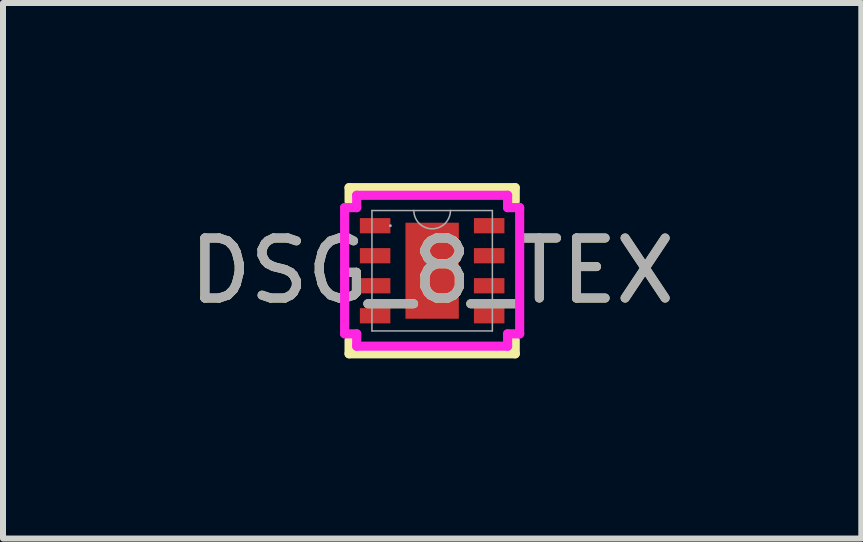
<source format=kicad_pcb>
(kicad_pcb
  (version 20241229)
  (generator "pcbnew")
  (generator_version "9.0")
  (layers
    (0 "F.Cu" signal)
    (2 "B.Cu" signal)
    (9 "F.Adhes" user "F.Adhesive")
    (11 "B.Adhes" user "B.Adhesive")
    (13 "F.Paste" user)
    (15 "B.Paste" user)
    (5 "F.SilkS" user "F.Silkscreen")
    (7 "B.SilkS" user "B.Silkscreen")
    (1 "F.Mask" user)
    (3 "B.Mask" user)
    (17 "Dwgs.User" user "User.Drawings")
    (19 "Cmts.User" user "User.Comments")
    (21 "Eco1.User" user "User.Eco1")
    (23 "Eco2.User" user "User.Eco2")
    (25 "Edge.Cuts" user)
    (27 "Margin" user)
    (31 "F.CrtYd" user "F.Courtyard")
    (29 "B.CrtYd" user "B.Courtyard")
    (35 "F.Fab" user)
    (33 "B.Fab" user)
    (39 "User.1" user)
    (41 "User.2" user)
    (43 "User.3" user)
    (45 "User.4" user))
  (footprint "DSG_8_TEX"
    (layer "F.Cu")
    (at 4.149 1.46)
    (property "Reference" "DSG_8_TEX" (at 0 0 0) (unlocked yes) (layer "F.SilkS") (effects (font (size 1 1) (thickness 0.15))))
    (attr smd)
    (fp_poly (pts (xy -1.204 -0.877) (xy -1.204 -0.623) (xy -0.696 -0.623) (xy -0.696 -0.877)) (stroke (width 0) (type solid)) (fill yes) (layer "F.Mask"))
    (fp_poly (pts (xy -1.204 -0.377) (xy -1.204 -0.123) (xy -0.696 -0.123) (xy -0.696 -0.377)) (stroke (width 0) (type solid)) (fill yes) (layer "F.Mask"))
    (fp_poly (pts (xy -1.204 0.123) (xy -1.204 0.377) (xy -0.696 0.377) (xy -0.696 0.123)) (stroke (width 0) (type solid)) (fill yes) (layer "F.Mask"))
    (fp_poly (pts (xy -1.204 0.623) (xy -1.204 0.877) (xy -0.696 0.877) (xy -0.696 0.623)) (stroke (width 0) (type solid)) (fill yes) (layer "F.Mask"))
    (fp_poly (pts (xy -0.508 -0.864) (xy -0.2 -0.864) (xy -0.2 0.864) (xy -0.508 0.864)) (stroke (width 0) (type solid)) (fill yes) (layer "F.Mask"))
    (fp_poly (pts (xy -0.508 -0.864) (xy 0.508 -0.864) (xy 0.508 -0.594) (xy -0.508 -0.594)) (stroke (width 0) (type solid)) (fill yes) (layer "F.Mask"))
    (fp_poly (pts (xy -0.508 -0.194) (xy 0.508 -0.194) (xy 0.508 0.194) (xy -0.508 0.194)) (stroke (width 0) (type solid)) (fill yes) (layer "F.Mask"))
    (fp_poly (pts (xy -0.508 0.594) (xy 0.508 0.594) (xy 0.508 0.864) (xy -0.508 0.864)) (stroke (width 0) (type solid)) (fill yes) (layer "F.Mask"))
    (fp_poly (pts (xy 0.2 -0.864) (xy 0.508 -0.864) (xy 0.508 0.864) (xy 0.2 0.864)) (stroke (width 0) (type solid)) (fill yes) (layer "F.Mask"))
    (fp_poly (pts (xy 0.696 -0.877) (xy 0.696 -0.623) (xy 1.204 -0.623) (xy 1.204 -0.877)) (stroke (width 0) (type solid)) (fill yes) (layer "F.Mask"))
    (fp_poly (pts (xy 0.696 -0.377) (xy 0.696 -0.123) (xy 1.204 -0.123) (xy 1.204 -0.377)) (stroke (width 0) (type solid)) (fill yes) (layer "F.Mask"))
    (fp_poly (pts (xy 0.696 0.123) (xy 0.696 0.377) (xy 1.204 0.377) (xy 1.204 0.123)) (stroke (width 0) (type solid)) (fill yes) (layer "F.Mask"))
    (fp_poly (pts (xy 0.696 0.623) (xy 0.696 0.877) (xy 1.204 0.877) (xy 1.204 0.623)) (stroke (width 0) (type solid)) (fill yes) (layer "F.Mask"))
    (fp_line (start -1.384 -1.384) (end -1.384 -1.157) (stroke (width 0.152) (type solid)) (layer "F.SilkS"))
    (fp_line (start -1.384 1.157) (end -1.384 1.384) (stroke (width 0.152) (type solid)) (layer "F.SilkS"))
    (fp_line (start -1.384 1.384) (end 1.384 1.384) (stroke (width 0.152) (type solid)) (layer "F.SilkS"))
    (fp_line (start 1.384 -1.384) (end -1.384 -1.384) (stroke (width 0.152) (type solid)) (layer "F.SilkS"))
    (fp_line (start 1.384 -1.157) (end 1.384 -1.384) (stroke (width 0.152) (type solid)) (layer "F.SilkS"))
    (fp_line (start 1.384 1.384) (end 1.384 1.157) (stroke (width 0.152) (type solid)) (layer "F.SilkS"))
    (fp_poly (pts (xy -1.204 -0.877) (xy -1.204 -0.623) (xy -0.696 -0.623) (xy -0.696 -0.877)) (stroke (width 0) (type solid)) (fill yes) (layer "F.Paste"))
    (fp_poly (pts (xy -1.204 -0.377) (xy -1.204 -0.123) (xy -0.696 -0.123) (xy -0.696 -0.377)) (stroke (width 0) (type solid)) (fill yes) (layer "F.Paste"))
    (fp_poly (pts (xy -1.204 0.123) (xy -1.204 0.377) (xy -0.696 0.377) (xy -0.696 0.123)) (stroke (width 0) (type solid)) (fill yes) (layer "F.Paste"))
    (fp_poly (pts (xy -1.204 0.623) (xy -1.204 0.877) (xy -0.696 0.877) (xy -0.696 0.623)) (stroke (width 0) (type solid)) (fill yes) (layer "F.Paste"))
    (fp_poly (pts (xy 0.696 -0.877) (xy 0.696 -0.623) (xy 1.204 -0.623) (xy 1.204 -0.877)) (stroke (width 0) (type solid)) (fill yes) (layer "F.Paste"))
    (fp_poly (pts (xy 0.696 -0.377) (xy 0.696 -0.123) (xy 1.204 -0.123) (xy 1.204 -0.377)) (stroke (width 0) (type solid)) (fill yes) (layer "F.Paste"))
    (fp_poly (pts (xy 0.696 0.123) (xy 0.696 0.377) (xy 1.204 0.377) (xy 1.204 0.123)) (stroke (width 0) (type solid)) (fill yes) (layer "F.Paste"))
    (fp_poly (pts (xy 0.696 0.623) (xy 0.696 0.877) (xy 1.204 0.877) (xy 1.204 0.623)) (stroke (width 0) (type solid)) (fill yes) (layer "F.Paste"))
    (fp_poly (pts (xy -0.37 -0.725) (xy -0.37 -0.494) (xy -0.241 -0.494) (xy -0.1 -0.635) (xy -0.1 -0.725)) (stroke (width 0) (type solid)) (fill yes) (layer "F.Paste"))
    (fp_poly (pts (xy -0.37 0.494) (xy -0.37 0.725) (xy -0.1 0.725) (xy -0.1 0.635) (xy -0.241 0.494)) (stroke (width 0) (type solid)) (fill yes) (layer "F.Paste"))
    (fp_poly (pts (xy 0.1 -0.725) (xy 0.1 -0.635) (xy 0.241 -0.494) (xy 0.37 -0.494) (xy 0.37 -0.725)) (stroke (width 0) (type solid)) (fill yes) (layer "F.Paste"))
    (fp_poly (pts (xy 0.241 0.494) (xy 0.1 0.635) (xy 0.1 0.725) (xy 0.37 0.725) (xy 0.37 0.494)) (stroke (width 0) (type solid)) (fill yes) (layer "F.Paste"))
    (fp_poly (pts (xy -0.37 -0.294) (xy -0.37 0.294) (xy -0.241 0.294) (xy -0.1 0.152) (xy -0.1 -0.152) (xy -0.241 -0.294)) (stroke (width 0) (type solid)) (fill yes) (layer "F.Paste"))
    (fp_poly (pts (xy 0.241 -0.294) (xy 0.1 -0.152) (xy 0.1 0.152) (xy 0.241 0.294) (xy 0.37 0.294) (xy 0.37 -0.294)) (stroke (width 0) (type solid)) (fill yes) (layer "F.Paste"))
    (fp_circle (center 0 -0.55) (end 0.102 -0.55) (stroke (width 0.025) (type solid)) (fill no) (layer "Eco1.User"))
    (fp_circle (center 0 0.55) (end 0.102 0.55) (stroke (width 0.025) (type solid)) (fill no) (layer "Eco1.User"))
    (fp_line (start -1.458 -1.051) (end -1.257 -1.051) (stroke (width 0.152) (type solid)) (layer "F.CrtYd"))
    (fp_line (start -1.458 1.051) (end -1.458 -1.051) (stroke (width 0.152) (type solid)) (layer "F.CrtYd"))
    (fp_line (start -1.458 1.051) (end -1.257 1.051) (stroke (width 0.152) (type solid)) (layer "F.CrtYd"))
    (fp_line (start -1.257 -1.257) (end 1.257 -1.257) (stroke (width 0.152) (type solid)) (layer "F.CrtYd"))
    (fp_line (start -1.257 -1.051) (end -1.257 -1.257) (stroke (width 0.152) (type solid)) (layer "F.CrtYd"))
    (fp_line (start -1.257 1.257) (end -1.257 1.051) (stroke (width 0.152) (type solid)) (layer "F.CrtYd"))
    (fp_line (start 1.257 -1.257) (end 1.257 -1.051) (stroke (width 0.152) (type solid)) (layer "F.CrtYd"))
    (fp_line (start 1.257 1.051) (end 1.257 1.257) (stroke (width 0.152) (type solid)) (layer "F.CrtYd"))
    (fp_line (start 1.257 1.257) (end -1.257 1.257) (stroke (width 0.152) (type solid)) (layer "F.CrtYd"))
    (fp_line (start 1.458 -1.051) (end 1.257 -1.051) (stroke (width 0.152) (type solid)) (layer "F.CrtYd"))
    (fp_line (start 1.458 -1.051) (end 1.458 1.051) (stroke (width 0.152) (type solid)) (layer "F.CrtYd"))
    (fp_line (start 1.458 1.051) (end 1.257 1.051) (stroke (width 0.152) (type solid)) (layer "F.CrtYd"))
    (fp_line (start -1.003 -1.003) (end -1.003 1.003) (stroke (width 0.025) (type solid)) (layer "F.Fab"))
    (fp_line (start -1.003 1.003) (end 1.003 1.003) (stroke (width 0.025) (type solid)) (layer "F.Fab"))
    (fp_line (start 1.003 -1.003) (end -1.003 -1.003) (stroke (width 0.025) (type solid)) (layer "F.Fab"))
    (fp_line (start 1.003 1.003) (end 1.003 -1.003) (stroke (width 0.025) (type solid)) (layer "F.Fab"))
    (fp_arc (start 0.3048 -1.0033) (mid 0 -0.6985) (end -0.3048 -1.0033) (stroke (width 0.0254) (type solid)) (layer "F.Fab"))
    (fp_circle (center -0.696 -0.75) (end -0.696 -0.75) (stroke (width 0.025) (type solid)) (fill no) (layer "F.Fab"))
    (fp_text user "${REFERENCE}" (at 0 0 0) (unlocked yes) (layer "F.Fab") (effects (font (size 1 1) (thickness 0.15))))
    (pad "1" smd rect (at -0.95 -0.75) (size 0.508 0.254) (layers "F.Cu" "F.Mask" "F.Paste"))
    (pad "2" smd rect (at -0.95 -0.25) (size 0.508 0.254) (layers "F.Cu" "F.Mask" "F.Paste"))
    (pad "3" smd rect (at -0.95 0.25) (size 0.508 0.254) (layers "F.Cu" "F.Mask" "F.Paste"))
    (pad "4" smd rect (at -0.95 0.75) (size 0.508 0.254) (layers "F.Cu" "F.Mask" "F.Paste"))
    (pad "5" smd rect (at 0.95 0.75) (size 0.508 0.254) (layers "F.Cu" "F.Mask" "F.Paste"))
    (pad "6" smd rect (at 0.95 0.25) (size 0.508 0.254) (layers "F.Cu" "F.Mask" "F.Paste"))
    (pad "7" smd rect (at 0.95 -0.25) (size 0.508 0.254) (layers "F.Cu" "F.Mask" "F.Paste"))
    (pad "8" smd rect (at 0.95 -0.75) (size 0.508 0.254) (layers "F.Cu" "F.Mask" "F.Paste"))
    (pad "9" smd rect (at 0 0) (size 0.889 1.6) (layers "F.Cu")))
  (gr_rect
    (start -3 -3)
    (end 11.298 5.921)
    (stroke (width 0.1) (type default))
    (fill no)
    (layer "Edge.Cuts")))
</source>
